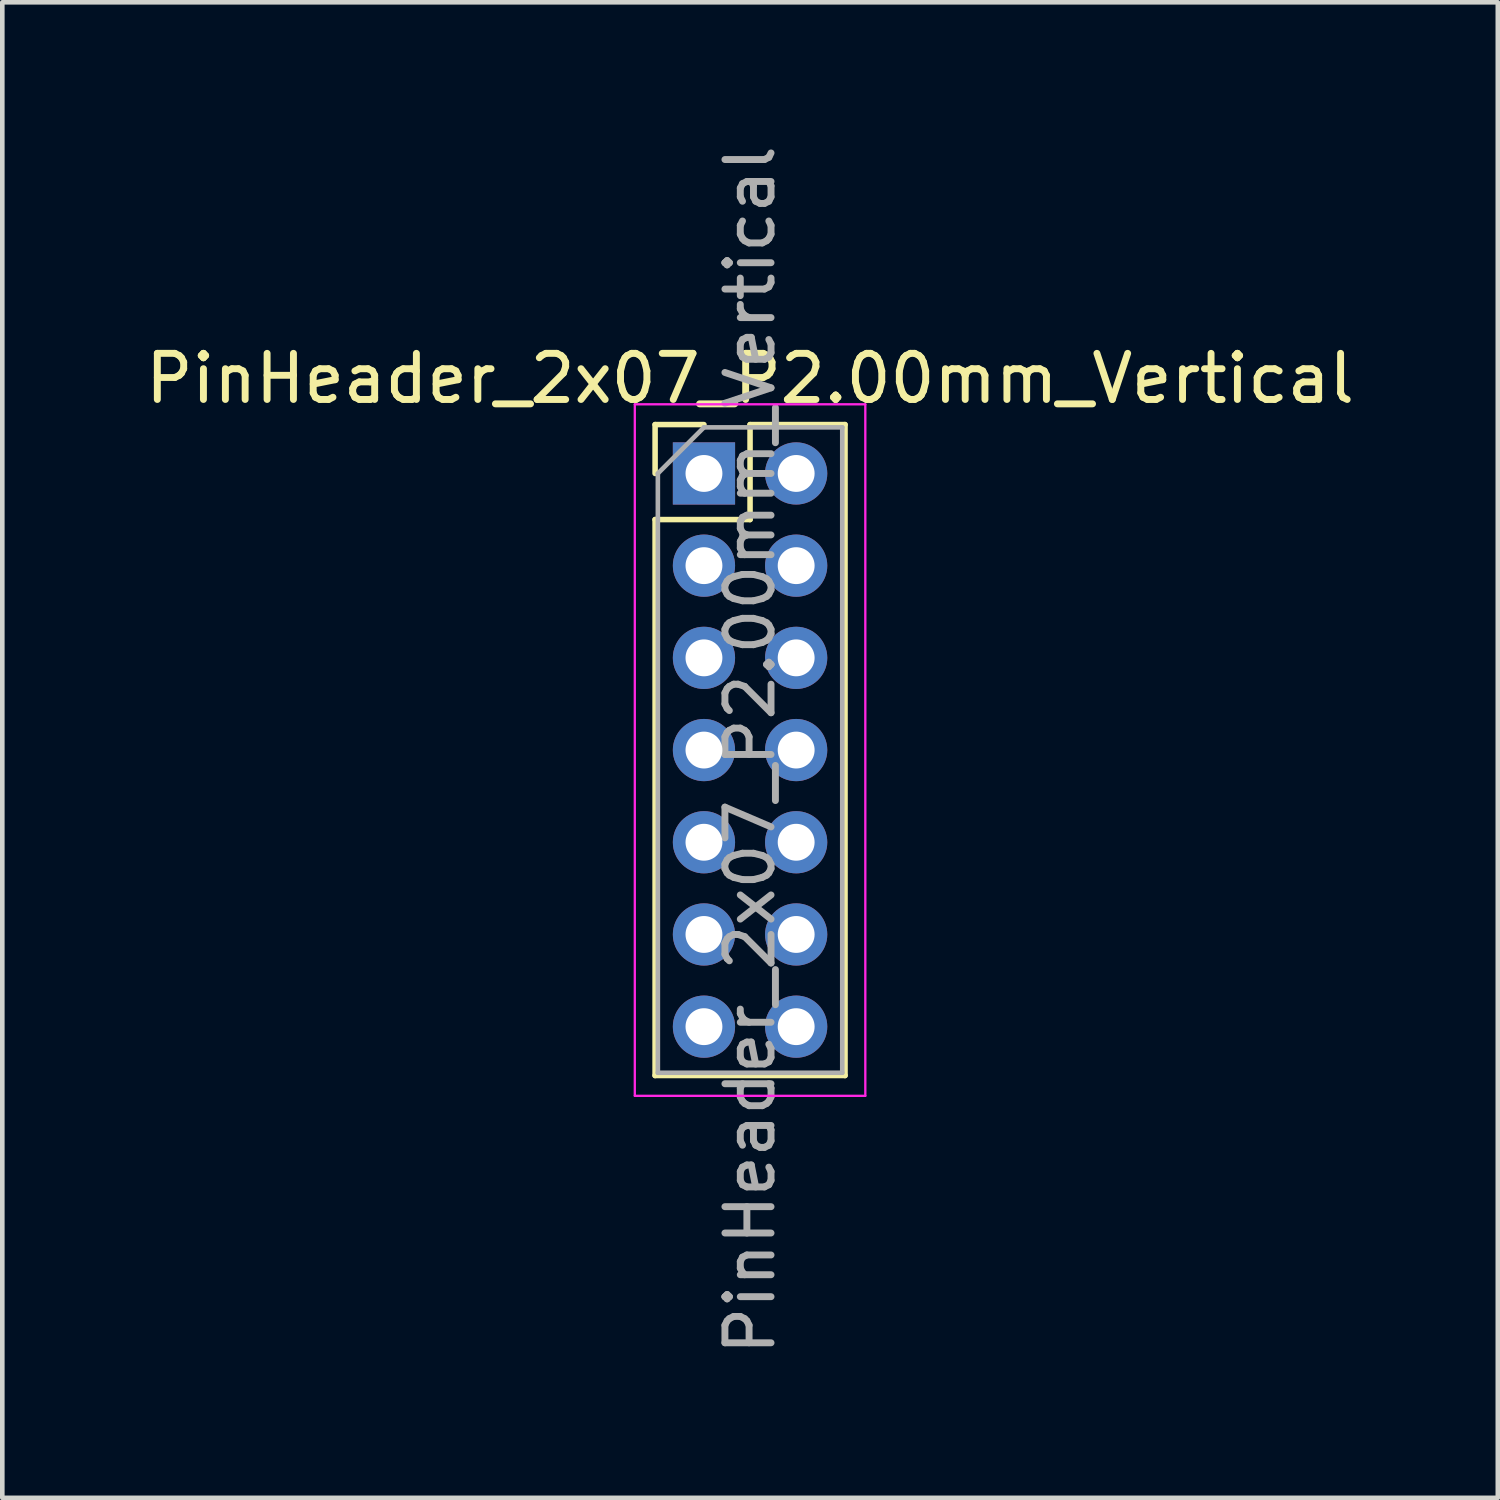
<source format=kicad_pcb>
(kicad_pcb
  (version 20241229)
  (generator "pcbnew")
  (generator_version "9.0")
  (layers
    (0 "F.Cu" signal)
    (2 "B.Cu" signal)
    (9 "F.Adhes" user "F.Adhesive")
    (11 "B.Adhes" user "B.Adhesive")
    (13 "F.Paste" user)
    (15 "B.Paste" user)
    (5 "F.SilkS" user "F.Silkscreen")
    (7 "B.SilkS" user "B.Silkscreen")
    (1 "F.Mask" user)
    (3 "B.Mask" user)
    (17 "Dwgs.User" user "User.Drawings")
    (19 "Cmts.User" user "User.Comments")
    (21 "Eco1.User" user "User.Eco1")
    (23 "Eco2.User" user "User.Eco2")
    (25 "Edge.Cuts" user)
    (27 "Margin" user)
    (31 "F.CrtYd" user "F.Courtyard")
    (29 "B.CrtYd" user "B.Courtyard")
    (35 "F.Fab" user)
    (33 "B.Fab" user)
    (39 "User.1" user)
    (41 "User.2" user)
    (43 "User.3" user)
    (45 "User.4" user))
  (footprint "PinHeader_2x07_P2.00mm_Vertical"
    (layer "F.Cu")
    (at 12.22 7.22)
    (property "Reference" "PinHeader_2x07_P2.00mm_Vertical" (at 1 -2.06 0) (layer "F.SilkS") (effects (font (size 1 1) (thickness 0.15))))
    (attr through_hole)
    (fp_line (start -1.06 -1.06) (end 0 -1.06) (stroke (width 0.12) (type solid)) (layer "F.SilkS"))
    (fp_line (start -1.06 0) (end -1.06 -1.06) (stroke (width 0.12) (type solid)) (layer "F.SilkS"))
    (fp_line (start -1.06 1) (end -1.06 13.06) (stroke (width 0.12) (type solid)) (layer "F.SilkS"))
    (fp_line (start -1.06 1) (end 1 1) (stroke (width 0.12) (type solid)) (layer "F.SilkS"))
    (fp_line (start -1.06 13.06) (end 3.06 13.06) (stroke (width 0.12) (type solid)) (layer "F.SilkS"))
    (fp_line (start 1 -1.06) (end 3.06 -1.06) (stroke (width 0.12) (type solid)) (layer "F.SilkS"))
    (fp_line (start 1 1) (end 1 -1.06) (stroke (width 0.12) (type solid)) (layer "F.SilkS"))
    (fp_line (start 3.06 -1.06) (end 3.06 13.06) (stroke (width 0.12) (type solid)) (layer "F.SilkS"))
    (fp_line (start -1.5 -1.5) (end -1.5 13.5) (stroke (width 0.05) (type solid)) (layer "F.CrtYd"))
    (fp_line (start -1.5 13.5) (end 3.5 13.5) (stroke (width 0.05) (type solid)) (layer "F.CrtYd"))
    (fp_line (start 3.5 -1.5) (end -1.5 -1.5) (stroke (width 0.05) (type solid)) (layer "F.CrtYd"))
    (fp_line (start 3.5 13.5) (end 3.5 -1.5) (stroke (width 0.05) (type solid)) (layer "F.CrtYd"))
    (fp_line (start -1 0) (end 0 -1) (stroke (width 0.1) (type solid)) (layer "F.Fab"))
    (fp_line (start -1 13) (end -1 0) (stroke (width 0.1) (type solid)) (layer "F.Fab"))
    (fp_line (start 0 -1) (end 3 -1) (stroke (width 0.1) (type solid)) (layer "F.Fab"))
    (fp_line (start 3 -1) (end 3 13) (stroke (width 0.1) (type solid)) (layer "F.Fab"))
    (fp_line (start 3 13) (end -1 13) (stroke (width 0.1) (type solid)) (layer "F.Fab"))
    (fp_text user "${REFERENCE}" (at 1 6 90) (layer "F.Fab") (effects (font (size 1 1) (thickness 0.15))))
    (pad "1" thru_hole rect (at 0 0) (size 1.35 1.35) (drill 0.8) (layers "*.Cu" "*.Mask"))
    (pad "2" thru_hole oval (at 2 0) (size 1.35 1.35) (drill 0.8) (layers "*.Cu" "*.Mask"))
    (pad "3" thru_hole oval (at 0 2) (size 1.35 1.35) (drill 0.8) (layers "*.Cu" "*.Mask"))
    (pad "4" thru_hole oval (at 2 2) (size 1.35 1.35) (drill 0.8) (layers "*.Cu" "*.Mask"))
    (pad "5" thru_hole oval (at 0 4) (size 1.35 1.35) (drill 0.8) (layers "*.Cu" "*.Mask"))
    (pad "6" thru_hole oval (at 2 4) (size 1.35 1.35) (drill 0.8) (layers "*.Cu" "*.Mask"))
    (pad "7" thru_hole oval (at 0 6) (size 1.35 1.35) (drill 0.8) (layers "*.Cu" "*.Mask"))
    (pad "8" thru_hole oval (at 2 6) (size 1.35 1.35) (drill 0.8) (layers "*.Cu" "*.Mask"))
    (pad "9" thru_hole oval (at 0 8) (size 1.35 1.35) (drill 0.8) (layers "*.Cu" "*.Mask"))
    (pad "10" thru_hole oval (at 2 8) (size 1.35 1.35) (drill 0.8) (layers "*.Cu" "*.Mask"))
    (pad "11" thru_hole oval (at 0 10) (size 1.35 1.35) (drill 0.8) (layers "*.Cu" "*.Mask"))
    (pad "12" thru_hole oval (at 2 10) (size 1.35 1.35) (drill 0.8) (layers "*.Cu" "*.Mask"))
    (pad "13" thru_hole oval (at 0 12) (size 1.35 1.35) (drill 0.8) (layers "*.Cu" "*.Mask"))
    (pad "14" thru_hole oval (at 2 12) (size 1.35 1.35) (drill 0.8) (layers "*.Cu" "*.Mask")))
  (gr_rect
    (start -3 -3)
    (end 29.44 29.44)
    (stroke (width 0.1) (type default))
    (fill no)
    (layer "Edge.Cuts")))
</source>
